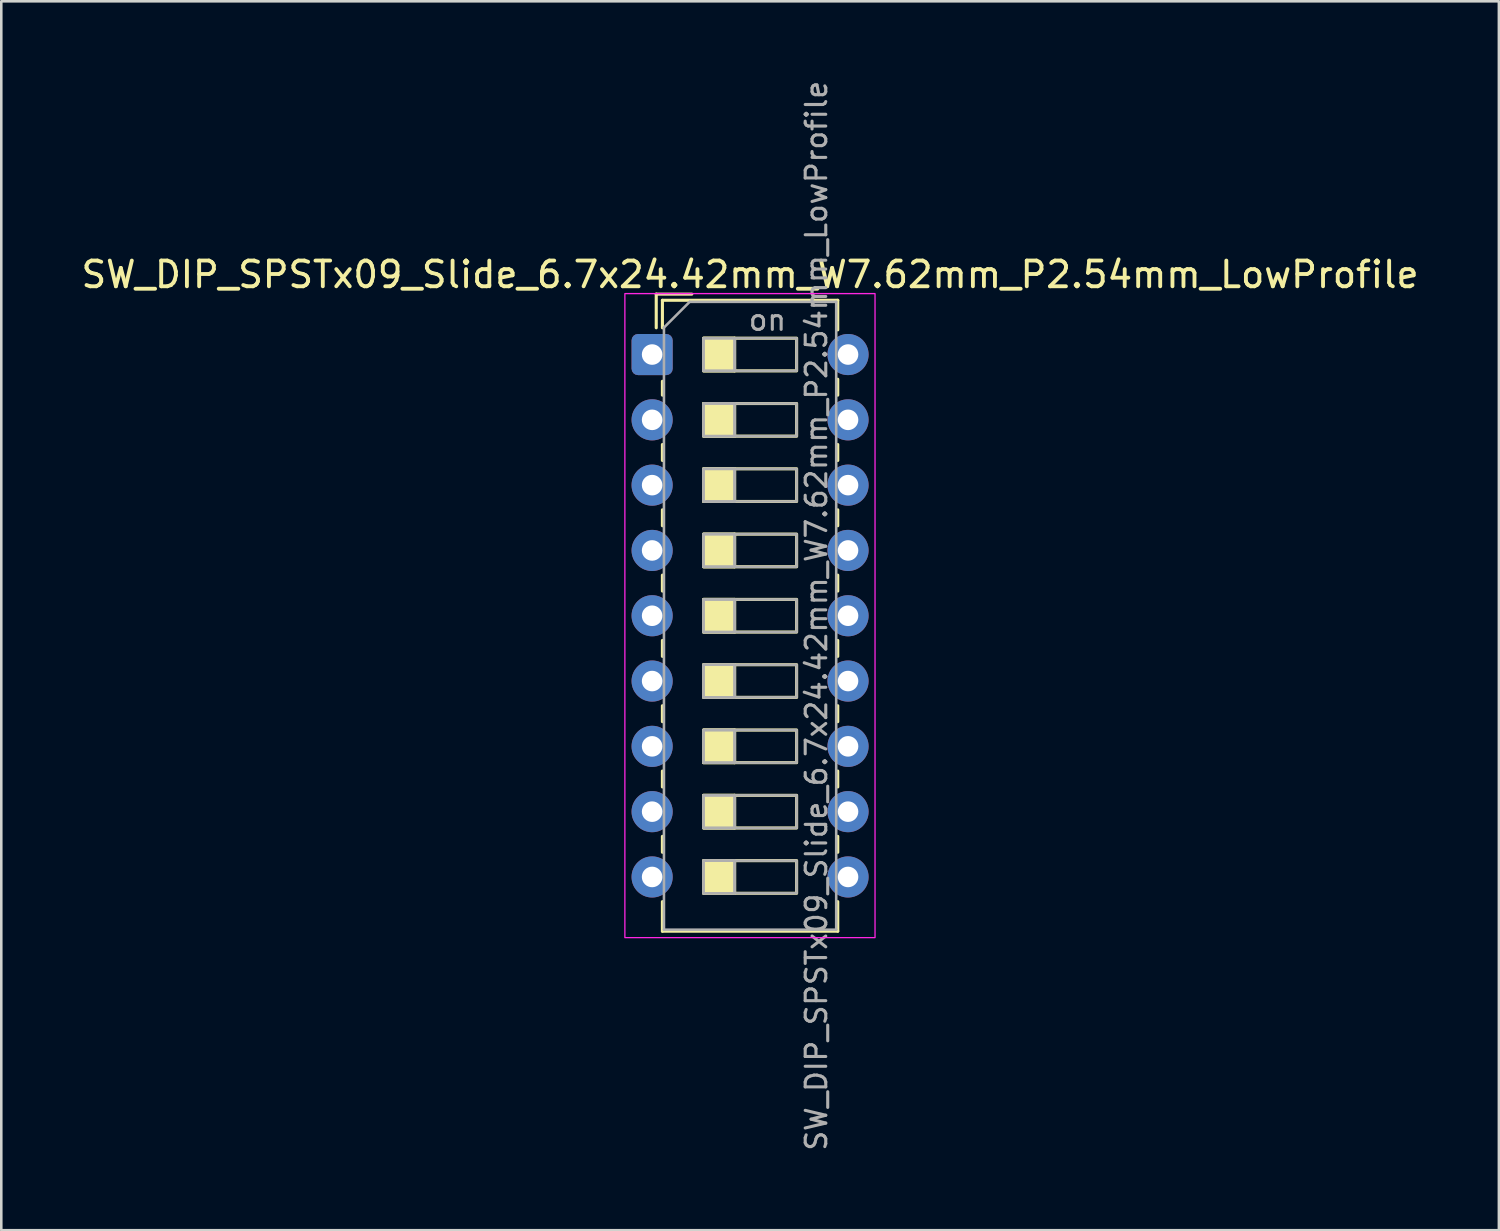
<source format=kicad_pcb>
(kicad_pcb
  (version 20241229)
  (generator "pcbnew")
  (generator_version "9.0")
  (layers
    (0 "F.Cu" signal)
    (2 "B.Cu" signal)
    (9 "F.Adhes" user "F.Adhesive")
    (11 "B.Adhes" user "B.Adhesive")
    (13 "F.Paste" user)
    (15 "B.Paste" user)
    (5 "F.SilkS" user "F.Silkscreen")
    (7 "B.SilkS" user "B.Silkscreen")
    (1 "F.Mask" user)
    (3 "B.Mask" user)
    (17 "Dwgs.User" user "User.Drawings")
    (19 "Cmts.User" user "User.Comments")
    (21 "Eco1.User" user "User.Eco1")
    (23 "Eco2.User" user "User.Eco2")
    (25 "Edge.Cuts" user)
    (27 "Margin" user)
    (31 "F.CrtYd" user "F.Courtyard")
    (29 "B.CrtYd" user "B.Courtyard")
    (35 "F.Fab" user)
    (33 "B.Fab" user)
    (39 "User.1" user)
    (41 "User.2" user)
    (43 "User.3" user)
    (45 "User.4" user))
  (footprint "SW_DIP_SPSTx09_Slide_6.7x24.42mm_W7.62mm_P2.54mm_LowProfile"
    (layer "F.Cu")
    (at 22.315 10.74)
    (property "Reference" "SW_DIP_SPSTx09_Slide_6.7x24.42mm_W7.62mm_P2.54mm_LowProfile" (at 3.81 -3.11 0) (layer "F.SilkS") (effects (font (size 1 1) (thickness 0.15))))
    (attr through_hole)
    (fp_line (start 0.16 -2.35) (end 0.16 -1.04) (stroke (width 0.12) (type solid)) (layer "F.SilkS"))
    (fp_line (start 0.16 -2.35) (end 1.543 -2.35) (stroke (width 0.12) (type solid)) (layer "F.SilkS"))
    (fp_line (start 0.4 -2.11) (end 0.4 -1.04) (stroke (width 0.12) (type solid)) (layer "F.SilkS"))
    (fp_line (start 0.4 -2.11) (end 7.22 -2.11) (stroke (width 0.12) (type solid)) (layer "F.SilkS"))
    (fp_line (start 0.4 1.04) (end 0.4 1.58) (stroke (width 0.12) (type solid)) (layer "F.SilkS"))
    (fp_line (start 0.4 3.5) (end 0.4 4.12) (stroke (width 0.12) (type solid)) (layer "F.SilkS"))
    (fp_line (start 0.4 6.04) (end 0.4 6.66) (stroke (width 0.12) (type solid)) (layer "F.SilkS"))
    (fp_line (start 0.4 8.58) (end 0.4 9.2) (stroke (width 0.12) (type solid)) (layer "F.SilkS"))
    (fp_line (start 0.4 11.12) (end 0.4 11.74) (stroke (width 0.12) (type solid)) (layer "F.SilkS"))
    (fp_line (start 0.4 13.66) (end 0.4 14.28) (stroke (width 0.12) (type solid)) (layer "F.SilkS"))
    (fp_line (start 0.4 16.2) (end 0.4 16.82) (stroke (width 0.12) (type solid)) (layer "F.SilkS"))
    (fp_line (start 0.4 18.74) (end 0.4 19.36) (stroke (width 0.12) (type solid)) (layer "F.SilkS"))
    (fp_line (start 0.4 21.28) (end 0.4 22.43) (stroke (width 0.12) (type solid)) (layer "F.SilkS"))
    (fp_line (start 0.4 22.43) (end 7.22 22.43) (stroke (width 0.12) (type solid)) (layer "F.SilkS"))
    (fp_line (start 3.207 -0.635) (end 3.207 0.635) (stroke (width 0.12) (type solid)) (layer "F.SilkS"))
    (fp_line (start 3.207 1.905) (end 3.207 3.175) (stroke (width 0.12) (type solid)) (layer "F.SilkS"))
    (fp_line (start 3.207 4.445) (end 3.207 5.715) (stroke (width 0.12) (type solid)) (layer "F.SilkS"))
    (fp_line (start 3.207 6.985) (end 3.207 8.255) (stroke (width 0.12) (type solid)) (layer "F.SilkS"))
    (fp_line (start 3.207 9.525) (end 3.207 10.795) (stroke (width 0.12) (type solid)) (layer "F.SilkS"))
    (fp_line (start 3.207 12.065) (end 3.207 13.335) (stroke (width 0.12) (type solid)) (layer "F.SilkS"))
    (fp_line (start 3.207 14.605) (end 3.207 15.875) (stroke (width 0.12) (type solid)) (layer "F.SilkS"))
    (fp_line (start 3.207 17.145) (end 3.207 18.415) (stroke (width 0.12) (type solid)) (layer "F.SilkS"))
    (fp_line (start 3.207 19.685) (end 3.207 20.955) (stroke (width 0.12) (type solid)) (layer "F.SilkS"))
    (fp_line (start 7.22 -2.11) (end 7.22 -0.96) (stroke (width 0.12) (type solid)) (layer "F.SilkS"))
    (fp_line (start 7.22 0.96) (end 7.22 1.58) (stroke (width 0.12) (type solid)) (layer "F.SilkS"))
    (fp_line (start 7.22 3.5) (end 7.22 4.12) (stroke (width 0.12) (type solid)) (layer "F.SilkS"))
    (fp_line (start 7.22 6.04) (end 7.22 6.66) (stroke (width 0.12) (type solid)) (layer "F.SilkS"))
    (fp_line (start 7.22 8.58) (end 7.22 9.2) (stroke (width 0.12) (type solid)) (layer "F.SilkS"))
    (fp_line (start 7.22 11.12) (end 7.22 11.74) (stroke (width 0.12) (type solid)) (layer "F.SilkS"))
    (fp_line (start 7.22 13.66) (end 7.22 14.28) (stroke (width 0.12) (type solid)) (layer "F.SilkS"))
    (fp_line (start 7.22 16.2) (end 7.22 16.82) (stroke (width 0.12) (type solid)) (layer "F.SilkS"))
    (fp_line (start 7.22 18.74) (end 7.22 19.36) (stroke (width 0.12) (type solid)) (layer "F.SilkS"))
    (fp_line (start 7.22 21.28) (end 7.22 22.43) (stroke (width 0.12) (type solid)) (layer "F.SilkS"))
    (fp_rect (start 2 -0.635) (end 3.207 0.635) (stroke (width 0.12) (type solid)) (fill yes) (layer "F.SilkS"))
    (fp_rect (start 2 -0.635) (end 5.62 0.635) (stroke (width 0.12) (type solid)) (fill no) (layer "F.SilkS"))
    (fp_rect (start 2 1.905) (end 3.207 3.175) (stroke (width 0.12) (type solid)) (fill yes) (layer "F.SilkS"))
    (fp_rect (start 2 1.905) (end 5.62 3.175) (stroke (width 0.12) (type solid)) (fill no) (layer "F.SilkS"))
    (fp_rect (start 2 4.445) (end 3.207 5.715) (stroke (width 0.12) (type solid)) (fill yes) (layer "F.SilkS"))
    (fp_rect (start 2 4.445) (end 5.62 5.715) (stroke (width 0.12) (type solid)) (fill no) (layer "F.SilkS"))
    (fp_rect (start 2 6.985) (end 3.207 8.255) (stroke (width 0.12) (type solid)) (fill yes) (layer "F.SilkS"))
    (fp_rect (start 2 6.985) (end 5.62 8.255) (stroke (width 0.12) (type solid)) (fill no) (layer "F.SilkS"))
    (fp_rect (start 2 9.525) (end 3.207 10.795) (stroke (width 0.12) (type solid)) (fill yes) (layer "F.SilkS"))
    (fp_rect (start 2 9.525) (end 5.62 10.795) (stroke (width 0.12) (type solid)) (fill no) (layer "F.SilkS"))
    (fp_rect (start 2 12.065) (end 3.207 13.335) (stroke (width 0.12) (type solid)) (fill yes) (layer "F.SilkS"))
    (fp_rect (start 2 12.065) (end 5.62 13.335) (stroke (width 0.12) (type solid)) (fill no) (layer "F.SilkS"))
    (fp_rect (start 2 14.605) (end 3.207 15.875) (stroke (width 0.12) (type solid)) (fill yes) (layer "F.SilkS"))
    (fp_rect (start 2 14.605) (end 5.62 15.875) (stroke (width 0.12) (type solid)) (fill no) (layer "F.SilkS"))
    (fp_rect (start 2 17.145) (end 3.207 18.415) (stroke (width 0.12) (type solid)) (fill yes) (layer "F.SilkS"))
    (fp_rect (start 2 17.145) (end 5.62 18.415) (stroke (width 0.12) (type solid)) (fill no) (layer "F.SilkS"))
    (fp_rect (start 2 19.685) (end 3.207 20.955) (stroke (width 0.12) (type solid)) (fill yes) (layer "F.SilkS"))
    (fp_rect (start 2 19.685) (end 5.62 20.955) (stroke (width 0.12) (type solid)) (fill no) (layer "F.SilkS"))
    (fp_rect (start -1.06 -2.37) (end 8.67 22.68) (stroke (width 0.05) (type solid)) (fill no) (layer "F.CrtYd"))
    (fp_line (start 0.46 -1.05) (end 1.46 -2.05) (stroke (width 0.1) (type solid)) (layer "F.Fab"))
    (fp_line (start 0.46 22.37) (end 0.46 -1.05) (stroke (width 0.1) (type solid)) (layer "F.Fab"))
    (fp_line (start 1.46 -2.05) (end 7.16 -2.05) (stroke (width 0.1) (type solid)) (layer "F.Fab"))
    (fp_line (start 3.207 -0.635) (end 3.207 0.635) (stroke (width 0.1) (type solid)) (layer "F.Fab"))
    (fp_line (start 3.207 1.905) (end 3.207 3.175) (stroke (width 0.1) (type solid)) (layer "F.Fab"))
    (fp_line (start 3.207 4.445) (end 3.207 5.715) (stroke (width 0.1) (type solid)) (layer "F.Fab"))
    (fp_line (start 3.207 6.985) (end 3.207 8.255) (stroke (width 0.1) (type solid)) (layer "F.Fab"))
    (fp_line (start 3.207 9.525) (end 3.207 10.795) (stroke (width 0.1) (type solid)) (layer "F.Fab"))
    (fp_line (start 3.207 12.065) (end 3.207 13.335) (stroke (width 0.1) (type solid)) (layer "F.Fab"))
    (fp_line (start 3.207 14.605) (end 3.207 15.875) (stroke (width 0.1) (type solid)) (layer "F.Fab"))
    (fp_line (start 3.207 17.145) (end 3.207 18.415) (stroke (width 0.1) (type solid)) (layer "F.Fab"))
    (fp_line (start 3.207 19.685) (end 3.207 20.955) (stroke (width 0.1) (type solid)) (layer "F.Fab"))
    (fp_line (start 7.16 -2.05) (end 7.16 22.37) (stroke (width 0.1) (type solid)) (layer "F.Fab"))
    (fp_line (start 7.16 22.37) (end 0.46 22.37) (stroke (width 0.1) (type solid)) (layer "F.Fab"))
    (fp_rect (start 2 -0.635) (end 3.207 0.635) (stroke (width 0.1) (type solid)) (fill no) (layer "F.Fab"))
    (fp_rect (start 2 -0.635) (end 5.62 0.635) (stroke (width 0.1) (type solid)) (fill no) (layer "F.Fab"))
    (fp_rect (start 2 1.905) (end 3.207 3.175) (stroke (width 0.1) (type solid)) (fill no) (layer "F.Fab"))
    (fp_rect (start 2 1.905) (end 5.62 3.175) (stroke (width 0.1) (type solid)) (fill no) (layer "F.Fab"))
    (fp_rect (start 2 4.445) (end 3.207 5.715) (stroke (width 0.1) (type solid)) (fill no) (layer "F.Fab"))
    (fp_rect (start 2 4.445) (end 5.62 5.715) (stroke (width 0.1) (type solid)) (fill no) (layer "F.Fab"))
    (fp_rect (start 2 6.985) (end 3.207 8.255) (stroke (width 0.1) (type solid)) (fill no) (layer "F.Fab"))
    (fp_rect (start 2 6.985) (end 5.62 8.255) (stroke (width 0.1) (type solid)) (fill no) (layer "F.Fab"))
    (fp_rect (start 2 9.525) (end 3.207 10.795) (stroke (width 0.1) (type solid)) (fill no) (layer "F.Fab"))
    (fp_rect (start 2 9.525) (end 5.62 10.795) (stroke (width 0.1) (type solid)) (fill no) (layer "F.Fab"))
    (fp_rect (start 2 12.065) (end 3.207 13.335) (stroke (width 0.1) (type solid)) (fill no) (layer "F.Fab"))
    (fp_rect (start 2 12.065) (end 5.62 13.335) (stroke (width 0.1) (type solid)) (fill no) (layer "F.Fab"))
    (fp_rect (start 2 14.605) (end 3.207 15.875) (stroke (width 0.1) (type solid)) (fill no) (layer "F.Fab"))
    (fp_rect (start 2 14.605) (end 5.62 15.875) (stroke (width 0.1) (type solid)) (fill no) (layer "F.Fab"))
    (fp_rect (start 2 17.145) (end 3.207 18.415) (stroke (width 0.1) (type solid)) (fill no) (layer "F.Fab"))
    (fp_rect (start 2 17.145) (end 5.62 18.415) (stroke (width 0.1) (type solid)) (fill no) (layer "F.Fab"))
    (fp_rect (start 2 19.685) (end 3.207 20.955) (stroke (width 0.1) (type solid)) (fill no) (layer "F.Fab"))
    (fp_rect (start 2 19.685) (end 5.62 20.955) (stroke (width 0.1) (type solid)) (fill no) (layer "F.Fab"))
    (fp_text user "${REFERENCE}" (at 6.39 10.16 90) (layer "F.Fab") (effects (font (size 0.8 0.8) (thickness 0.12))))
    (fp_text user "on" (at 4.485 -1.343 0) (layer "F.Fab") (effects (font (size 0.8 0.8) (thickness 0.12))))
    (pad "1" thru_hole roundrect (at 0 0) (size 1.6 1.6) (drill 0.8) (layers "*.Cu" "*.Mask") (roundrect_rratio 0.156))
    (pad "2" thru_hole circle (at 0 2.54) (size 1.6 1.6) (drill 0.8) (layers "*.Cu" "*.Mask"))
    (pad "3" thru_hole circle (at 0 5.08) (size 1.6 1.6) (drill 0.8) (layers "*.Cu" "*.Mask"))
    (pad "4" thru_hole circle (at 0 7.62) (size 1.6 1.6) (drill 0.8) (layers "*.Cu" "*.Mask"))
    (pad "5" thru_hole circle (at 0 10.16) (size 1.6 1.6) (drill 0.8) (layers "*.Cu" "*.Mask"))
    (pad "6" thru_hole circle (at 0 12.7) (size 1.6 1.6) (drill 0.8) (layers "*.Cu" "*.Mask"))
    (pad "7" thru_hole circle (at 0 15.24) (size 1.6 1.6) (drill 0.8) (layers "*.Cu" "*.Mask"))
    (pad "8" thru_hole circle (at 0 17.78) (size 1.6 1.6) (drill 0.8) (layers "*.Cu" "*.Mask"))
    (pad "9" thru_hole circle (at 0 20.32) (size 1.6 1.6) (drill 0.8) (layers "*.Cu" "*.Mask"))
    (pad "10" thru_hole circle (at 7.62 20.32) (size 1.6 1.6) (drill 0.8) (layers "*.Cu" "*.Mask"))
    (pad "11" thru_hole circle (at 7.62 17.78) (size 1.6 1.6) (drill 0.8) (layers "*.Cu" "*.Mask"))
    (pad "12" thru_hole circle (at 7.62 15.24) (size 1.6 1.6) (drill 0.8) (layers "*.Cu" "*.Mask"))
    (pad "13" thru_hole circle (at 7.62 12.7) (size 1.6 1.6) (drill 0.8) (layers "*.Cu" "*.Mask"))
    (pad "14" thru_hole circle (at 7.62 10.16) (size 1.6 1.6) (drill 0.8) (layers "*.Cu" "*.Mask"))
    (pad "15" thru_hole circle (at 7.62 7.62) (size 1.6 1.6) (drill 0.8) (layers "*.Cu" "*.Mask"))
    (pad "16" thru_hole circle (at 7.62 5.08) (size 1.6 1.6) (drill 0.8) (layers "*.Cu" "*.Mask"))
    (pad "17" thru_hole circle (at 7.62 2.54) (size 1.6 1.6) (drill 0.8) (layers "*.Cu" "*.Mask"))
    (pad "18" thru_hole circle (at 7.62 0) (size 1.6 1.6) (drill 0.8) (layers "*.Cu" "*.Mask")))
  (gr_rect
    (start -3 -3)
    (end 55.25 44.8)
    (stroke (width 0.1) (type default))
    (fill no)
    (layer "Edge.Cuts")))
</source>
